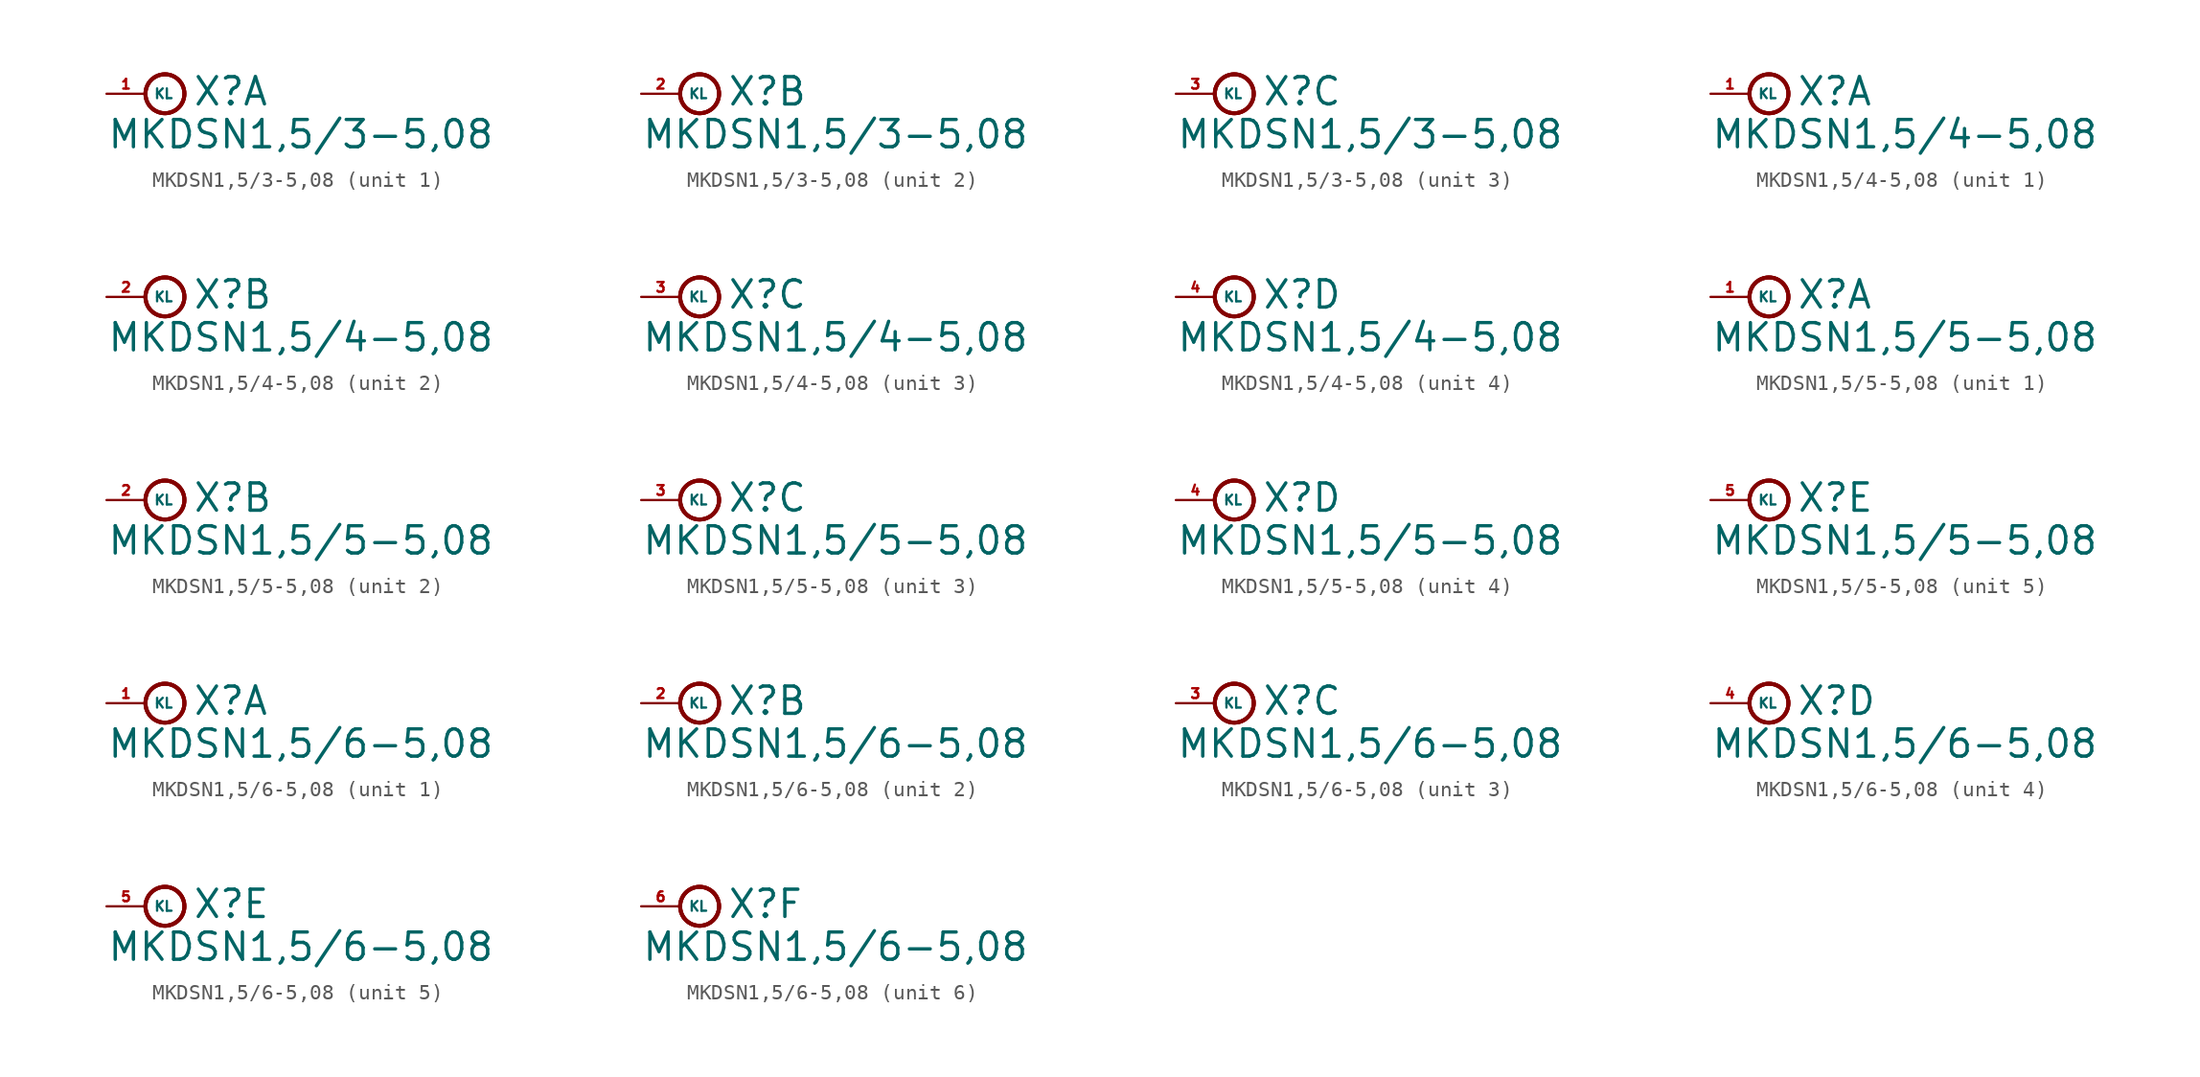
<source format=kicad_sym>
(kicad_symbol_lib
  (version 20220914)
  (generator Eagle2Kicad)
  (symbol "MKDSN1,5/3-5,08"
    (property "Reference" "X"
      (at 3.048 -0.889 0)
      (effects (font (size 1.778 1.778) (thickness 0.22)) (justify left bottom)))
    (property "Value" "MKDSN1,5/3-5,08"
      (at -2.54 -3.683 0)
      (effects (font (size 1.778 1.778) (thickness 0.22)) (justify left bottom)))
    (symbol "MKDSN1,5/3-5,08_1_0"
      (circle (center 1.27 0) (radius 1.27) (stroke (width 0.254) (type default)) (fill (type none)))
      (circle (center 1.27 0) (radius 1.27) (stroke (width 0.254) (type default)) (fill (type none)))
      (circle (center 1.27 0) (radius 1.27) (stroke (width 0.254) (type default)) (fill (type none)))
      (pin passive line (at -2.54 0 0) (length 2.54) (name "KL" (effects (font (size 0.635 0.635) (thickness 0.08)) (justify left bottom))) (number "1" (effects (font (size 0.635 0.635) (thickness 0.08)) (justify left bottom)))))
    (symbol "MKDSN1,5/3-5,08_2_0"
      (circle (center 1.27 0) (radius 1.27) (stroke (width 0.254) (type default)) (fill (type none)))
      (circle (center 1.27 0) (radius 1.27) (stroke (width 0.254) (type default)) (fill (type none)))
      (circle (center 1.27 0) (radius 1.27) (stroke (width 0.254) (type default)) (fill (type none)))
      (pin passive line (at -2.54 0 0) (length 2.54) (name "KL" (effects (font (size 0.635 0.635) (thickness 0.08)) (justify left bottom))) (number "2" (effects (font (size 0.635 0.635) (thickness 0.08)) (justify left bottom)))))
    (symbol "MKDSN1,5/3-5,08_3_0"
      (circle (center 1.27 0) (radius 1.27) (stroke (width 0.254) (type default)) (fill (type none)))
      (circle (center 1.27 0) (radius 1.27) (stroke (width 0.254) (type default)) (fill (type none)))
      (circle (center 1.27 0) (radius 1.27) (stroke (width 0.254) (type default)) (fill (type none)))
      (pin passive line (at -2.54 0 0) (length 2.54) (name "KL" (effects (font (size 0.635 0.635) (thickness 0.08)) (justify left bottom))) (number "3" (effects (font (size 0.635 0.635) (thickness 0.08)) (justify left bottom))))))
  (symbol "MKDSN1,5/4-5,08"
    (property "Reference" "X"
      (at 3.048 -0.889 0)
      (effects (font (size 1.778 1.778) (thickness 0.22)) (justify left bottom)))
    (property "Value" "MKDSN1,5/4-5,08"
      (at -2.54 -3.683 0)
      (effects (font (size 1.778 1.778) (thickness 0.22)) (justify left bottom)))
    (symbol "MKDSN1,5/4-5,08_1_0"
      (circle (center 1.27 0) (radius 1.27) (stroke (width 0.254) (type default)) (fill (type none)))
      (circle (center 1.27 0) (radius 1.27) (stroke (width 0.254) (type default)) (fill (type none)))
      (circle (center 1.27 0) (radius 1.27) (stroke (width 0.254) (type default)) (fill (type none)))
      (pin passive line (at -2.54 0 0) (length 2.54) (name "KL" (effects (font (size 0.635 0.635) (thickness 0.08)) (justify left bottom))) (number "1" (effects (font (size 0.635 0.635) (thickness 0.08)) (justify left bottom)))))
    (symbol "MKDSN1,5/4-5,08_2_0"
      (circle (center 1.27 0) (radius 1.27) (stroke (width 0.254) (type default)) (fill (type none)))
      (circle (center 1.27 0) (radius 1.27) (stroke (width 0.254) (type default)) (fill (type none)))
      (circle (center 1.27 0) (radius 1.27) (stroke (width 0.254) (type default)) (fill (type none)))
      (pin passive line (at -2.54 0 0) (length 2.54) (name "KL" (effects (font (size 0.635 0.635) (thickness 0.08)) (justify left bottom))) (number "2" (effects (font (size 0.635 0.635) (thickness 0.08)) (justify left bottom)))))
    (symbol "MKDSN1,5/4-5,08_3_0"
      (circle (center 1.27 0) (radius 1.27) (stroke (width 0.254) (type default)) (fill (type none)))
      (circle (center 1.27 0) (radius 1.27) (stroke (width 0.254) (type default)) (fill (type none)))
      (circle (center 1.27 0) (radius 1.27) (stroke (width 0.254) (type default)) (fill (type none)))
      (pin passive line (at -2.54 0 0) (length 2.54) (name "KL" (effects (font (size 0.635 0.635) (thickness 0.08)) (justify left bottom))) (number "3" (effects (font (size 0.635 0.635) (thickness 0.08)) (justify left bottom)))))
    (symbol "MKDSN1,5/4-5,08_4_0"
      (circle (center 1.27 0) (radius 1.27) (stroke (width 0.254) (type default)) (fill (type none)))
      (circle (center 1.27 0) (radius 1.27) (stroke (width 0.254) (type default)) (fill (type none)))
      (circle (center 1.27 0) (radius 1.27) (stroke (width 0.254) (type default)) (fill (type none)))
      (pin passive line (at -2.54 0 0) (length 2.54) (name "KL" (effects (font (size 0.635 0.635) (thickness 0.08)) (justify left bottom))) (number "4" (effects (font (size 0.635 0.635) (thickness 0.08)) (justify left bottom))))))
  (symbol "MKDSN1,5/5-5,08"
    (property "Reference" "X"
      (at 3.048 -0.889 0)
      (effects (font (size 1.778 1.778) (thickness 0.22)) (justify left bottom)))
    (property "Value" "MKDSN1,5/5-5,08"
      (at -2.54 -3.683 0)
      (effects (font (size 1.778 1.778) (thickness 0.22)) (justify left bottom)))
    (symbol "MKDSN1,5/5-5,08_1_0"
      (circle (center 1.27 0) (radius 1.27) (stroke (width 0.254) (type default)) (fill (type none)))
      (circle (center 1.27 0) (radius 1.27) (stroke (width 0.254) (type default)) (fill (type none)))
      (circle (center 1.27 0) (radius 1.27) (stroke (width 0.254) (type default)) (fill (type none)))
      (pin passive line (at -2.54 0 0) (length 2.54) (name "KL" (effects (font (size 0.635 0.635) (thickness 0.08)) (justify left bottom))) (number "1" (effects (font (size 0.635 0.635) (thickness 0.08)) (justify left bottom)))))
    (symbol "MKDSN1,5/5-5,08_2_0"
      (circle (center 1.27 0) (radius 1.27) (stroke (width 0.254) (type default)) (fill (type none)))
      (circle (center 1.27 0) (radius 1.27) (stroke (width 0.254) (type default)) (fill (type none)))
      (circle (center 1.27 0) (radius 1.27) (stroke (width 0.254) (type default)) (fill (type none)))
      (pin passive line (at -2.54 0 0) (length 2.54) (name "KL" (effects (font (size 0.635 0.635) (thickness 0.08)) (justify left bottom))) (number "2" (effects (font (size 0.635 0.635) (thickness 0.08)) (justify left bottom)))))
    (symbol "MKDSN1,5/5-5,08_3_0"
      (circle (center 1.27 0) (radius 1.27) (stroke (width 0.254) (type default)) (fill (type none)))
      (circle (center 1.27 0) (radius 1.27) (stroke (width 0.254) (type default)) (fill (type none)))
      (circle (center 1.27 0) (radius 1.27) (stroke (width 0.254) (type default)) (fill (type none)))
      (pin passive line (at -2.54 0 0) (length 2.54) (name "KL" (effects (font (size 0.635 0.635) (thickness 0.08)) (justify left bottom))) (number "3" (effects (font (size 0.635 0.635) (thickness 0.08)) (justify left bottom)))))
    (symbol "MKDSN1,5/5-5,08_4_0"
      (circle (center 1.27 0) (radius 1.27) (stroke (width 0.254) (type default)) (fill (type none)))
      (circle (center 1.27 0) (radius 1.27) (stroke (width 0.254) (type default)) (fill (type none)))
      (circle (center 1.27 0) (radius 1.27) (stroke (width 0.254) (type default)) (fill (type none)))
      (pin passive line (at -2.54 0 0) (length 2.54) (name "KL" (effects (font (size 0.635 0.635) (thickness 0.08)) (justify left bottom))) (number "4" (effects (font (size 0.635 0.635) (thickness 0.08)) (justify left bottom)))))
    (symbol "MKDSN1,5/5-5,08_5_0"
      (circle (center 1.27 0) (radius 1.27) (stroke (width 0.254) (type default)) (fill (type none)))
      (circle (center 1.27 0) (radius 1.27) (stroke (width 0.254) (type default)) (fill (type none)))
      (circle (center 1.27 0) (radius 1.27) (stroke (width 0.254) (type default)) (fill (type none)))
      (pin passive line (at -2.54 0 0) (length 2.54) (name "KL" (effects (font (size 0.635 0.635) (thickness 0.08)) (justify left bottom))) (number "5" (effects (font (size 0.635 0.635) (thickness 0.08)) (justify left bottom))))))
  (symbol "MKDSN1,5/6-5,08"
    (property "Reference" "X"
      (at 3.048 -0.889 0)
      (effects (font (size 1.778 1.778) (thickness 0.22)) (justify left bottom)))
    (property "Value" "MKDSN1,5/6-5,08"
      (at -2.54 -3.683 0)
      (effects (font (size 1.778 1.778) (thickness 0.22)) (justify left bottom)))
    (symbol "MKDSN1,5/6-5,08_1_0"
      (circle (center 1.27 0) (radius 1.27) (stroke (width 0.254) (type default)) (fill (type none)))
      (circle (center 1.27 0) (radius 1.27) (stroke (width 0.254) (type default)) (fill (type none)))
      (circle (center 1.27 0) (radius 1.27) (stroke (width 0.254) (type default)) (fill (type none)))
      (pin passive line (at -2.54 0 0) (length 2.54) (name "KL" (effects (font (size 0.635 0.635) (thickness 0.08)) (justify left bottom))) (number "1" (effects (font (size 0.635 0.635) (thickness 0.08)) (justify left bottom)))))
    (symbol "MKDSN1,5/6-5,08_2_0"
      (circle (center 1.27 0) (radius 1.27) (stroke (width 0.254) (type default)) (fill (type none)))
      (circle (center 1.27 0) (radius 1.27) (stroke (width 0.254) (type default)) (fill (type none)))
      (circle (center 1.27 0) (radius 1.27) (stroke (width 0.254) (type default)) (fill (type none)))
      (pin passive line (at -2.54 0 0) (length 2.54) (name "KL" (effects (font (size 0.635 0.635) (thickness 0.08)) (justify left bottom))) (number "2" (effects (font (size 0.635 0.635) (thickness 0.08)) (justify left bottom)))))
    (symbol "MKDSN1,5/6-5,08_3_0"
      (circle (center 1.27 0) (radius 1.27) (stroke (width 0.254) (type default)) (fill (type none)))
      (circle (center 1.27 0) (radius 1.27) (stroke (width 0.254) (type default)) (fill (type none)))
      (circle (center 1.27 0) (radius 1.27) (stroke (width 0.254) (type default)) (fill (type none)))
      (pin passive line (at -2.54 0 0) (length 2.54) (name "KL" (effects (font (size 0.635 0.635) (thickness 0.08)) (justify left bottom))) (number "3" (effects (font (size 0.635 0.635) (thickness 0.08)) (justify left bottom)))))
    (symbol "MKDSN1,5/6-5,08_4_0"
      (circle (center 1.27 0) (radius 1.27) (stroke (width 0.254) (type default)) (fill (type none)))
      (circle (center 1.27 0) (radius 1.27) (stroke (width 0.254) (type default)) (fill (type none)))
      (circle (center 1.27 0) (radius 1.27) (stroke (width 0.254) (type default)) (fill (type none)))
      (pin passive line (at -2.54 0 0) (length 2.54) (name "KL" (effects (font (size 0.635 0.635) (thickness 0.08)) (justify left bottom))) (number "4" (effects (font (size 0.635 0.635) (thickness 0.08)) (justify left bottom)))))
    (symbol "MKDSN1,5/6-5,08_5_0"
      (circle (center 1.27 0) (radius 1.27) (stroke (width 0.254) (type default)) (fill (type none)))
      (circle (center 1.27 0) (radius 1.27) (stroke (width 0.254) (type default)) (fill (type none)))
      (circle (center 1.27 0) (radius 1.27) (stroke (width 0.254) (type default)) (fill (type none)))
      (pin passive line (at -2.54 0 0) (length 2.54) (name "KL" (effects (font (size 0.635 0.635) (thickness 0.08)) (justify left bottom))) (number "5" (effects (font (size 0.635 0.635) (thickness 0.08)) (justify left bottom)))))
    (symbol "MKDSN1,5/6-5,08_6_0"
      (circle (center 1.27 0) (radius 1.27) (stroke (width 0.254) (type default)) (fill (type none)))
      (circle (center 1.27 0) (radius 1.27) (stroke (width 0.254) (type default)) (fill (type none)))
      (circle (center 1.27 0) (radius 1.27) (stroke (width 0.254) (type default)) (fill (type none)))
      (pin passive line (at -2.54 0 0) (length 2.54) (name "KL" (effects (font (size 0.635 0.635) (thickness 0.08)) (justify left bottom))) (number "6" (effects (font (size 0.635 0.635) (thickness 0.08)) (justify left bottom)))))))
</source>
